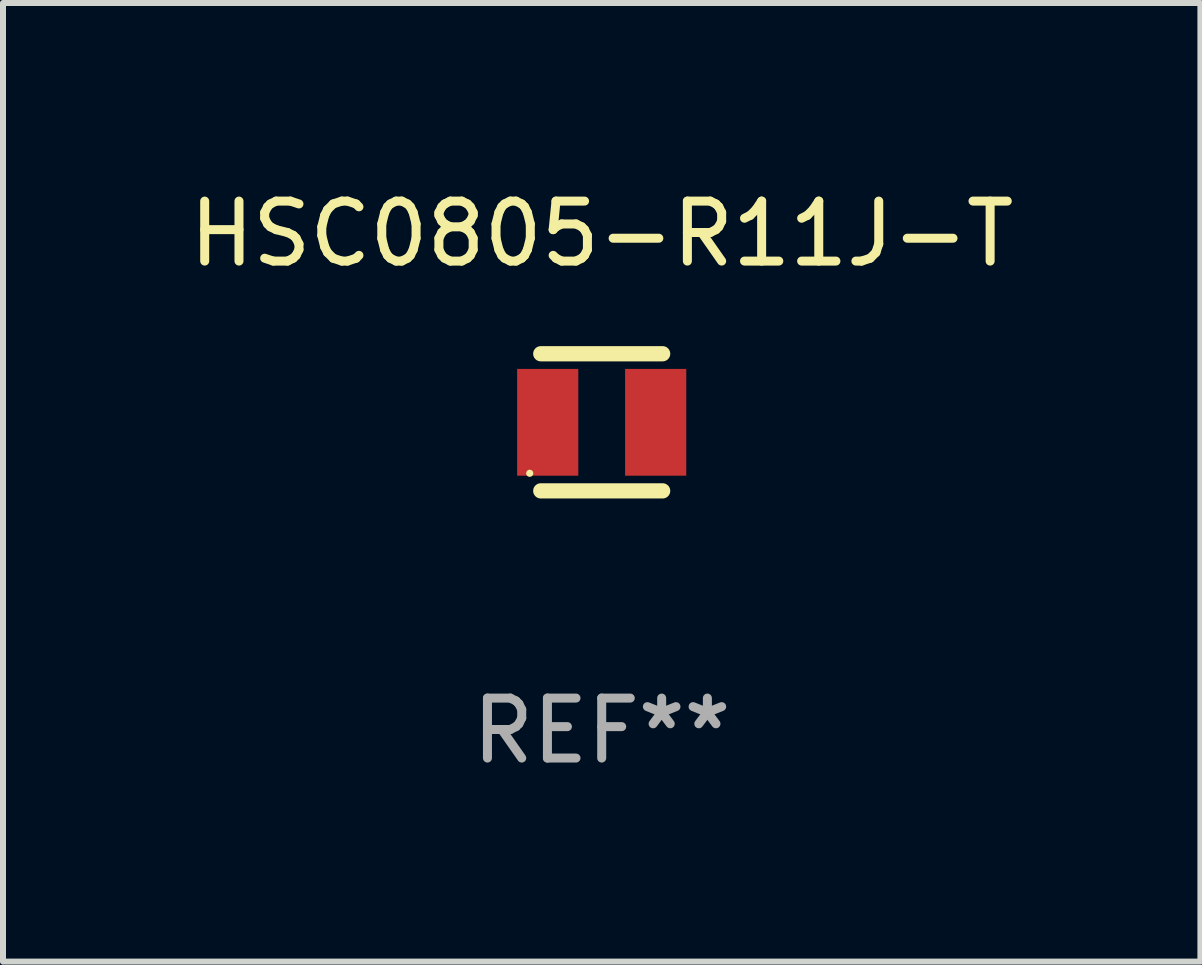
<source format=kicad_pcb>
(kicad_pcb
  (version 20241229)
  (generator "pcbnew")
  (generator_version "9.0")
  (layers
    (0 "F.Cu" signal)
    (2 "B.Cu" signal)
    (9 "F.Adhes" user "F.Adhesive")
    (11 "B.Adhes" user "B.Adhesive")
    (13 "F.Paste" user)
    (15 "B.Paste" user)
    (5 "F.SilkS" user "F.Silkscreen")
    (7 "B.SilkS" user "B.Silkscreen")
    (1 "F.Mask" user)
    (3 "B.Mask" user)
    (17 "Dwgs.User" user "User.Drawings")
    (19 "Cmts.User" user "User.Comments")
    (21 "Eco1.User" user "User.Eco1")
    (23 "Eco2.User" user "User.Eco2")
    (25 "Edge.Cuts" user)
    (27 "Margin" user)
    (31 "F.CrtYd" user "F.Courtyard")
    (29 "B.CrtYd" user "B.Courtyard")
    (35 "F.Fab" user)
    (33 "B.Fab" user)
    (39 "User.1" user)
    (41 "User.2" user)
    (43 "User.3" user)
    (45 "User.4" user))
  (footprint "HSC0805-R11J-T"
    (layer "F.Cu")
    (at 6.982 3.991)
    (property "Reference" "HSC0805-R11J-T" (at 0 -3.143 0) (layer "F.SilkS") (effects (font (size 1 1) (thickness 0.15))))
    (attr through_hole)
    (fp_line (start -1.016 -1.143) (end 1.016 -1.143) (stroke (width 0.254) (type solid)) (layer "F.SilkS"))
    (fp_line (start -1.016 1.143) (end 1.016 1.143) (stroke (width 0.254) (type solid)) (layer "F.SilkS"))
    (fp_circle (center -1.2 0.85) (end -1.17 0.85) (stroke (width 0.06) (type solid)) (fill no) (layer "F.SilkS"))
    (fp_text user "REF**" (at 0 5.143 0) (layer "F.Fab") (effects (font (size 1 1) (thickness 0.15))))
    (pad "1" smd rect (at -0.9 0) (size 1.02 1.78) (layers "F.Cu" "F.Mask" "F.Paste"))
    (pad "2" smd rect (at 0.9 0) (size 1.02 1.78) (layers "F.Cu" "F.Mask" "F.Paste")))
  (gr_rect
    (start -3 -3)
    (end 16.964 12.983)
    (stroke (width 0.1) (type default))
    (fill no)
    (layer "Edge.Cuts")))
</source>
